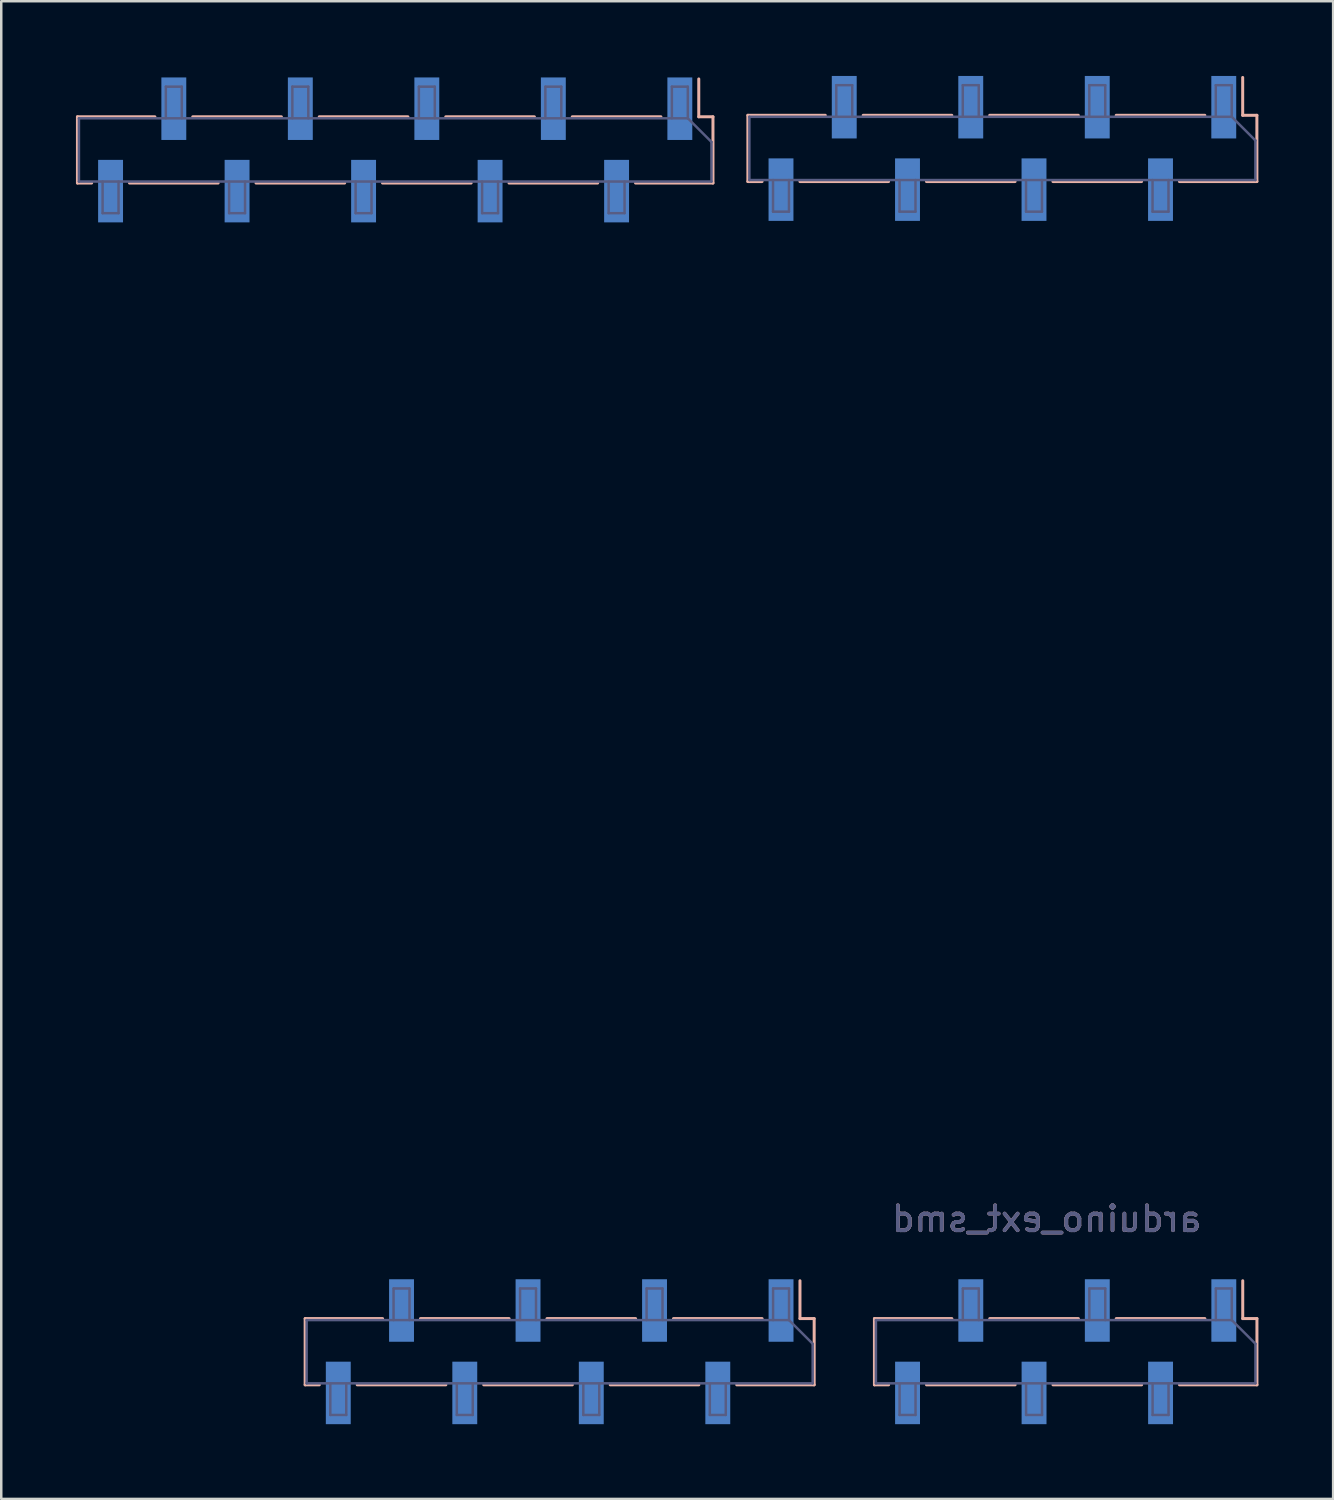
<source format=kicad_pcb>
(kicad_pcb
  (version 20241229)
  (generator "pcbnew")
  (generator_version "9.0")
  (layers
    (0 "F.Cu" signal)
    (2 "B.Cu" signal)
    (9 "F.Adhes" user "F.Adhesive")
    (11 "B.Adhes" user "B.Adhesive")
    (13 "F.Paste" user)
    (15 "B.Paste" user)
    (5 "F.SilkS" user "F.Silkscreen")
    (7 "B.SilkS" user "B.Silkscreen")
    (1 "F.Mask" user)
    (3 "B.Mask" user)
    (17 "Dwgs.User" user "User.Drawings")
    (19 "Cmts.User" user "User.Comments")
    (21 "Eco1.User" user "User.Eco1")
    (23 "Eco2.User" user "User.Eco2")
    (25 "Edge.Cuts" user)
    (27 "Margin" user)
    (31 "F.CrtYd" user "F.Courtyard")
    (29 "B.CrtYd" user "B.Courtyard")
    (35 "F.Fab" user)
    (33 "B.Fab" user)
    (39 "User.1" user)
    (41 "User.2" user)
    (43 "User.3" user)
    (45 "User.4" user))
  (footprint "arduino_ext_smd"
    (layer "F.Cu")
    (at 46.094 51.23)
    (property "Reference" "arduino_ext_smd" (at -7.112 -5.334 0) (layer "B.SilkS") (effects (font (size 1 1) (thickness 0.15)) (justify mirror)))
    (attr through_hole)
    (fp_line (start -46.034 -46.93) (end -46.034 -49.59) (stroke (width 0.12) (type solid)) (layer "B.SilkS"))
    (fp_line (start -45.464 -46.93) (end -46.034 -46.93) (stroke (width 0.12) (type solid)) (layer "B.SilkS"))
    (fp_line (start -42.924 -49.59) (end -46.034 -49.59) (stroke (width 0.12) (type solid)) (layer "B.SilkS"))
    (fp_line (start -40.384 -46.93) (end -43.944 -46.93) (stroke (width 0.12) (type solid)) (layer "B.SilkS"))
    (fp_line (start -37.844 -49.59) (end -41.404 -49.59) (stroke (width 0.12) (type solid)) (layer "B.SilkS"))
    (fp_line (start -36.89 1.33) (end -36.89 -1.33) (stroke (width 0.12) (type solid)) (layer "B.SilkS"))
    (fp_line (start -36.32 1.33) (end -36.89 1.33) (stroke (width 0.12) (type solid)) (layer "B.SilkS"))
    (fp_line (start -35.304 -46.93) (end -38.864 -46.93) (stroke (width 0.12) (type solid)) (layer "B.SilkS"))
    (fp_line (start -33.78 -1.33) (end -36.89 -1.33) (stroke (width 0.12) (type solid)) (layer "B.SilkS"))
    (fp_line (start -32.764 -49.59) (end -36.324 -49.59) (stroke (width 0.12) (type solid)) (layer "B.SilkS"))
    (fp_line (start -31.24 1.33) (end -34.8 1.33) (stroke (width 0.12) (type solid)) (layer "B.SilkS"))
    (fp_line (start -30.224 -46.93) (end -33.784 -46.93) (stroke (width 0.12) (type solid)) (layer "B.SilkS"))
    (fp_line (start -28.7 -1.33) (end -32.26 -1.33) (stroke (width 0.12) (type solid)) (layer "B.SilkS"))
    (fp_line (start -27.684 -49.59) (end -31.244 -49.59) (stroke (width 0.12) (type solid)) (layer "B.SilkS"))
    (fp_line (start -26.16 1.33) (end -29.72 1.33) (stroke (width 0.12) (type solid)) (layer "B.SilkS"))
    (fp_line (start -25.144 -46.93) (end -28.704 -46.93) (stroke (width 0.12) (type solid)) (layer "B.SilkS"))
    (fp_line (start -23.62 -1.33) (end -27.18 -1.33) (stroke (width 0.12) (type solid)) (layer "B.SilkS"))
    (fp_line (start -22.604 -49.59) (end -26.164 -49.59) (stroke (width 0.12) (type solid)) (layer "B.SilkS"))
    (fp_line (start -21.084 -49.59) (end -21.084 -51.11) (stroke (width 0.12) (type solid)) (layer "B.SilkS"))
    (fp_line (start -21.08 1.33) (end -24.64 1.33) (stroke (width 0.12) (type solid)) (layer "B.SilkS"))
    (fp_line (start -20.514 -49.59) (end -21.084 -49.59) (stroke (width 0.12) (type solid)) (layer "B.SilkS"))
    (fp_line (start -20.514 -46.93) (end -23.624 -46.93) (stroke (width 0.12) (type solid)) (layer "B.SilkS"))
    (fp_line (start -20.514 -46.93) (end -20.514 -49.59) (stroke (width 0.12) (type solid)) (layer "B.SilkS"))
    (fp_line (start -19.112 -46.99) (end -19.112 -49.65) (stroke (width 0.12) (type solid)) (layer "B.SilkS"))
    (fp_line (start -18.542 -46.99) (end -19.112 -46.99) (stroke (width 0.12) (type solid)) (layer "B.SilkS"))
    (fp_line (start -18.54 -1.33) (end -22.1 -1.33) (stroke (width 0.12) (type solid)) (layer "B.SilkS"))
    (fp_line (start -17.02 -1.33) (end -17.02 -2.85) (stroke (width 0.12) (type solid)) (layer "B.SilkS"))
    (fp_line (start -16.45 -1.33) (end -17.02 -1.33) (stroke (width 0.12) (type solid)) (layer "B.SilkS"))
    (fp_line (start -16.45 1.33) (end -19.56 1.33) (stroke (width 0.12) (type solid)) (layer "B.SilkS"))
    (fp_line (start -16.45 1.33) (end -16.45 -1.33) (stroke (width 0.12) (type solid)) (layer "B.SilkS"))
    (fp_line (start -16.002 -49.65) (end -19.112 -49.65) (stroke (width 0.12) (type solid)) (layer "B.SilkS"))
    (fp_line (start -14.03 1.33) (end -14.03 -1.33) (stroke (width 0.12) (type solid)) (layer "B.SilkS"))
    (fp_line (start -13.462 -46.99) (end -17.022 -46.99) (stroke (width 0.12) (type solid)) (layer "B.SilkS"))
    (fp_line (start -13.46 1.33) (end -14.03 1.33) (stroke (width 0.12) (type solid)) (layer "B.SilkS"))
    (fp_line (start -10.922 -49.65) (end -14.482 -49.65) (stroke (width 0.12) (type solid)) (layer "B.SilkS"))
    (fp_line (start -10.92 -1.33) (end -14.03 -1.33) (stroke (width 0.12) (type solid)) (layer "B.SilkS"))
    (fp_line (start -8.382 -46.99) (end -11.942 -46.99) (stroke (width 0.12) (type solid)) (layer "B.SilkS"))
    (fp_line (start -8.38 1.33) (end -11.94 1.33) (stroke (width 0.12) (type solid)) (layer "B.SilkS"))
    (fp_line (start -5.842 -49.65) (end -9.402 -49.65) (stroke (width 0.12) (type solid)) (layer "B.SilkS"))
    (fp_line (start -5.84 -1.33) (end -9.4 -1.33) (stroke (width 0.12) (type solid)) (layer "B.SilkS"))
    (fp_line (start -3.302 -46.99) (end -6.862 -46.99) (stroke (width 0.12) (type solid)) (layer "B.SilkS"))
    (fp_line (start -3.3 1.33) (end -6.86 1.33) (stroke (width 0.12) (type solid)) (layer "B.SilkS"))
    (fp_line (start -0.762 -49.65) (end -4.322 -49.65) (stroke (width 0.12) (type solid)) (layer "B.SilkS"))
    (fp_line (start -0.76 -1.33) (end -4.32 -1.33) (stroke (width 0.12) (type solid)) (layer "B.SilkS"))
    (fp_line (start 0.758 -49.65) (end 0.758 -51.17) (stroke (width 0.12) (type solid)) (layer "B.SilkS"))
    (fp_line (start 0.76 -1.33) (end 0.76 -2.85) (stroke (width 0.12) (type solid)) (layer "B.SilkS"))
    (fp_line (start 1.328 -49.65) (end 0.758 -49.65) (stroke (width 0.12) (type solid)) (layer "B.SilkS"))
    (fp_line (start 1.328 -46.99) (end -1.782 -46.99) (stroke (width 0.12) (type solid)) (layer "B.SilkS"))
    (fp_line (start 1.328 -46.99) (end 1.328 -49.65) (stroke (width 0.12) (type solid)) (layer "B.SilkS"))
    (fp_line (start 1.33 -1.33) (end 0.76 -1.33) (stroke (width 0.12) (type solid)) (layer "B.SilkS"))
    (fp_line (start 1.33 1.33) (end -1.78 1.33) (stroke (width 0.12) (type solid)) (layer "B.SilkS"))
    (fp_line (start 1.33 1.33) (end 1.33 -1.33) (stroke (width 0.12) (type solid)) (layer "B.SilkS"))
    (fp_line (start -45.974 -49.53) (end -45.974 -46.99) (stroke (width 0.1) (type solid)) (layer "B.Fab"))
    (fp_line (start -45.974 -49.53) (end -21.524 -49.53) (stroke (width 0.1) (type solid)) (layer "B.Fab"))
    (fp_line (start -45.024 -45.72) (end -45.024 -46.99) (stroke (width 0.1) (type solid)) (layer "B.Fab"))
    (fp_line (start -44.384 -46.99) (end -44.384 -45.72) (stroke (width 0.1) (type solid)) (layer "B.Fab"))
    (fp_line (start -44.384 -45.72) (end -45.024 -45.72) (stroke (width 0.1) (type solid)) (layer "B.Fab"))
    (fp_line (start -42.484 -50.8) (end -42.484 -49.53) (stroke (width 0.1) (type solid)) (layer "B.Fab"))
    (fp_line (start -41.844 -50.8) (end -42.484 -50.8) (stroke (width 0.1) (type solid)) (layer "B.Fab"))
    (fp_line (start -41.844 -49.53) (end -41.844 -50.8) (stroke (width 0.1) (type solid)) (layer "B.Fab"))
    (fp_line (start -39.944 -45.72) (end -39.944 -46.99) (stroke (width 0.1) (type solid)) (layer "B.Fab"))
    (fp_line (start -39.304 -46.99) (end -39.304 -45.72) (stroke (width 0.1) (type solid)) (layer "B.Fab"))
    (fp_line (start -39.304 -45.72) (end -39.944 -45.72) (stroke (width 0.1) (type solid)) (layer "B.Fab"))
    (fp_line (start -37.404 -50.8) (end -37.404 -49.53) (stroke (width 0.1) (type solid)) (layer "B.Fab"))
    (fp_line (start -36.83 -1.27) (end -36.83 1.27) (stroke (width 0.1) (type solid)) (layer "B.Fab"))
    (fp_line (start -36.83 -1.27) (end -17.46 -1.27) (stroke (width 0.1) (type solid)) (layer "B.Fab"))
    (fp_line (start -36.764 -50.8) (end -37.404 -50.8) (stroke (width 0.1) (type solid)) (layer "B.Fab"))
    (fp_line (start -36.764 -49.53) (end -36.764 -50.8) (stroke (width 0.1) (type solid)) (layer "B.Fab"))
    (fp_line (start -35.88 2.54) (end -35.88 1.27) (stroke (width 0.1) (type solid)) (layer "B.Fab"))
    (fp_line (start -35.24 1.27) (end -35.24 2.54) (stroke (width 0.1) (type solid)) (layer "B.Fab"))
    (fp_line (start -35.24 2.54) (end -35.88 2.54) (stroke (width 0.1) (type solid)) (layer "B.Fab"))
    (fp_line (start -34.864 -45.72) (end -34.864 -46.99) (stroke (width 0.1) (type solid)) (layer "B.Fab"))
    (fp_line (start -34.224 -46.99) (end -34.224 -45.72) (stroke (width 0.1) (type solid)) (layer "B.Fab"))
    (fp_line (start -34.224 -45.72) (end -34.864 -45.72) (stroke (width 0.1) (type solid)) (layer "B.Fab"))
    (fp_line (start -33.34 -2.54) (end -33.34 -1.27) (stroke (width 0.1) (type solid)) (layer "B.Fab"))
    (fp_line (start -32.7 -2.54) (end -33.34 -2.54) (stroke (width 0.1) (type solid)) (layer "B.Fab"))
    (fp_line (start -32.7 -1.27) (end -32.7 -2.54) (stroke (width 0.1) (type solid)) (layer "B.Fab"))
    (fp_line (start -32.324 -50.8) (end -32.324 -49.53) (stroke (width 0.1) (type solid)) (layer "B.Fab"))
    (fp_line (start -31.684 -50.8) (end -32.324 -50.8) (stroke (width 0.1) (type solid)) (layer "B.Fab"))
    (fp_line (start -31.684 -49.53) (end -31.684 -50.8) (stroke (width 0.1) (type solid)) (layer "B.Fab"))
    (fp_line (start -30.8 2.54) (end -30.8 1.27) (stroke (width 0.1) (type solid)) (layer "B.Fab"))
    (fp_line (start -30.16 1.27) (end -30.16 2.54) (stroke (width 0.1) (type solid)) (layer "B.Fab"))
    (fp_line (start -30.16 2.54) (end -30.8 2.54) (stroke (width 0.1) (type solid)) (layer "B.Fab"))
    (fp_line (start -29.784 -45.72) (end -29.784 -46.99) (stroke (width 0.1) (type solid)) (layer "B.Fab"))
    (fp_line (start -29.144 -46.99) (end -29.144 -45.72) (stroke (width 0.1) (type solid)) (layer "B.Fab"))
    (fp_line (start -29.144 -45.72) (end -29.784 -45.72) (stroke (width 0.1) (type solid)) (layer "B.Fab"))
    (fp_line (start -28.26 -2.54) (end -28.26 -1.27) (stroke (width 0.1) (type solid)) (layer "B.Fab"))
    (fp_line (start -27.62 -2.54) (end -28.26 -2.54) (stroke (width 0.1) (type solid)) (layer "B.Fab"))
    (fp_line (start -27.62 -1.27) (end -27.62 -2.54) (stroke (width 0.1) (type solid)) (layer "B.Fab"))
    (fp_line (start -27.244 -50.8) (end -27.244 -49.53) (stroke (width 0.1) (type solid)) (layer "B.Fab"))
    (fp_line (start -26.604 -50.8) (end -27.244 -50.8) (stroke (width 0.1) (type solid)) (layer "B.Fab"))
    (fp_line (start -26.604 -49.53) (end -26.604 -50.8) (stroke (width 0.1) (type solid)) (layer "B.Fab"))
    (fp_line (start -25.72 2.54) (end -25.72 1.27) (stroke (width 0.1) (type solid)) (layer "B.Fab"))
    (fp_line (start -25.08 1.27) (end -25.08 2.54) (stroke (width 0.1) (type solid)) (layer "B.Fab"))
    (fp_line (start -25.08 2.54) (end -25.72 2.54) (stroke (width 0.1) (type solid)) (layer "B.Fab"))
    (fp_line (start -24.704 -45.72) (end -24.704 -46.99) (stroke (width 0.1) (type solid)) (layer "B.Fab"))
    (fp_line (start -24.064 -46.99) (end -24.064 -45.72) (stroke (width 0.1) (type solid)) (layer "B.Fab"))
    (fp_line (start -24.064 -45.72) (end -24.704 -45.72) (stroke (width 0.1) (type solid)) (layer "B.Fab"))
    (fp_line (start -23.18 -2.54) (end -23.18 -1.27) (stroke (width 0.1) (type solid)) (layer "B.Fab"))
    (fp_line (start -22.54 -2.54) (end -23.18 -2.54) (stroke (width 0.1) (type solid)) (layer "B.Fab"))
    (fp_line (start -22.54 -1.27) (end -22.54 -2.54) (stroke (width 0.1) (type solid)) (layer "B.Fab"))
    (fp_line (start -22.164 -50.8) (end -22.164 -49.53) (stroke (width 0.1) (type solid)) (layer "B.Fab"))
    (fp_line (start -21.524 -50.8) (end -22.164 -50.8) (stroke (width 0.1) (type solid)) (layer "B.Fab"))
    (fp_line (start -21.524 -49.53) (end -21.524 -50.8) (stroke (width 0.1) (type solid)) (layer "B.Fab"))
    (fp_line (start -21.524 -49.53) (end -20.574 -48.58) (stroke (width 0.1) (type solid)) (layer "B.Fab"))
    (fp_line (start -20.64 2.54) (end -20.64 1.27) (stroke (width 0.1) (type solid)) (layer "B.Fab"))
    (fp_line (start -20.574 -46.99) (end -45.974 -46.99) (stroke (width 0.1) (type solid)) (layer "B.Fab"))
    (fp_line (start -20.574 -46.99) (end -20.574 -48.58) (stroke (width 0.1) (type solid)) (layer "B.Fab"))
    (fp_line (start -20 1.27) (end -20 2.54) (stroke (width 0.1) (type solid)) (layer "B.Fab"))
    (fp_line (start -20 2.54) (end -20.64 2.54) (stroke (width 0.1) (type solid)) (layer "B.Fab"))
    (fp_line (start -19.052 -49.59) (end -19.052 -47.05) (stroke (width 0.1) (type solid)) (layer "B.Fab"))
    (fp_line (start -19.052 -49.59) (end 0.318 -49.59) (stroke (width 0.1) (type solid)) (layer "B.Fab"))
    (fp_line (start -18.102 -45.78) (end -18.102 -47.05) (stroke (width 0.1) (type solid)) (layer "B.Fab"))
    (fp_line (start -18.1 -2.54) (end -18.1 -1.27) (stroke (width 0.1) (type solid)) (layer "B.Fab"))
    (fp_line (start -17.462 -47.05) (end -17.462 -45.78) (stroke (width 0.1) (type solid)) (layer "B.Fab"))
    (fp_line (start -17.462 -45.78) (end -18.102 -45.78) (stroke (width 0.1) (type solid)) (layer "B.Fab"))
    (fp_line (start -17.46 -2.54) (end -18.1 -2.54) (stroke (width 0.1) (type solid)) (layer "B.Fab"))
    (fp_line (start -17.46 -1.27) (end -17.46 -2.54) (stroke (width 0.1) (type solid)) (layer "B.Fab"))
    (fp_line (start -17.46 -1.27) (end -16.51 -0.32) (stroke (width 0.1) (type solid)) (layer "B.Fab"))
    (fp_line (start -16.51 1.27) (end -36.83 1.27) (stroke (width 0.1) (type solid)) (layer "B.Fab"))
    (fp_line (start -16.51 1.27) (end -16.51 -0.32) (stroke (width 0.1) (type solid)) (layer "B.Fab"))
    (fp_line (start -15.562 -50.86) (end -15.562 -49.59) (stroke (width 0.1) (type solid)) (layer "B.Fab"))
    (fp_line (start -14.922 -50.86) (end -15.562 -50.86) (stroke (width 0.1) (type solid)) (layer "B.Fab"))
    (fp_line (start -14.922 -49.59) (end -14.922 -50.86) (stroke (width 0.1) (type solid)) (layer "B.Fab"))
    (fp_line (start -13.97 -1.27) (end -13.97 1.27) (stroke (width 0.1) (type solid)) (layer "B.Fab"))
    (fp_line (start -13.97 -1.27) (end 0.32 -1.27) (stroke (width 0.1) (type solid)) (layer "B.Fab"))
    (fp_line (start -13.022 -45.78) (end -13.022 -47.05) (stroke (width 0.1) (type solid)) (layer "B.Fab"))
    (fp_line (start -13.02 2.54) (end -13.02 1.27) (stroke (width 0.1) (type solid)) (layer "B.Fab"))
    (fp_line (start -12.382 -47.05) (end -12.382 -45.78) (stroke (width 0.1) (type solid)) (layer "B.Fab"))
    (fp_line (start -12.382 -45.78) (end -13.022 -45.78) (stroke (width 0.1) (type solid)) (layer "B.Fab"))
    (fp_line (start -12.38 1.27) (end -12.38 2.54) (stroke (width 0.1) (type solid)) (layer "B.Fab"))
    (fp_line (start -12.38 2.54) (end -13.02 2.54) (stroke (width 0.1) (type solid)) (layer "B.Fab"))
    (fp_line (start -10.482 -50.86) (end -10.482 -49.59) (stroke (width 0.1) (type solid)) (layer "B.Fab"))
    (fp_line (start -10.48 -2.54) (end -10.48 -1.27) (stroke (width 0.1) (type solid)) (layer "B.Fab"))
    (fp_line (start -9.842 -50.86) (end -10.482 -50.86) (stroke (width 0.1) (type solid)) (layer "B.Fab"))
    (fp_line (start -9.842 -49.59) (end -9.842 -50.86) (stroke (width 0.1) (type solid)) (layer "B.Fab"))
    (fp_line (start -9.84 -2.54) (end -10.48 -2.54) (stroke (width 0.1) (type solid)) (layer "B.Fab"))
    (fp_line (start -9.84 -1.27) (end -9.84 -2.54) (stroke (width 0.1) (type solid)) (layer "B.Fab"))
    (fp_line (start -7.942 -45.78) (end -7.942 -47.05) (stroke (width 0.1) (type solid)) (layer "B.Fab"))
    (fp_line (start -7.94 2.54) (end -7.94 1.27) (stroke (width 0.1) (type solid)) (layer "B.Fab"))
    (fp_line (start -7.302 -47.05) (end -7.302 -45.78) (stroke (width 0.1) (type solid)) (layer "B.Fab"))
    (fp_line (start -7.302 -45.78) (end -7.942 -45.78) (stroke (width 0.1) (type solid)) (layer "B.Fab"))
    (fp_line (start -7.3 1.27) (end -7.3 2.54) (stroke (width 0.1) (type solid)) (layer "B.Fab"))
    (fp_line (start -7.3 2.54) (end -7.94 2.54) (stroke (width 0.1) (type solid)) (layer "B.Fab"))
    (fp_line (start -5.402 -50.86) (end -5.402 -49.59) (stroke (width 0.1) (type solid)) (layer "B.Fab"))
    (fp_line (start -5.4 -2.54) (end -5.4 -1.27) (stroke (width 0.1) (type solid)) (layer "B.Fab"))
    (fp_line (start -4.762 -50.86) (end -5.402 -50.86) (stroke (width 0.1) (type solid)) (layer "B.Fab"))
    (fp_line (start -4.762 -49.59) (end -4.762 -50.86) (stroke (width 0.1) (type solid)) (layer "B.Fab"))
    (fp_line (start -4.76 -2.54) (end -5.4 -2.54) (stroke (width 0.1) (type solid)) (layer "B.Fab"))
    (fp_line (start -4.76 -1.27) (end -4.76 -2.54) (stroke (width 0.1) (type solid)) (layer "B.Fab"))
    (fp_line (start -2.862 -45.78) (end -2.862 -47.05) (stroke (width 0.1) (type solid)) (layer "B.Fab"))
    (fp_line (start -2.86 2.54) (end -2.86 1.27) (stroke (width 0.1) (type solid)) (layer "B.Fab"))
    (fp_line (start -2.222 -47.05) (end -2.222 -45.78) (stroke (width 0.1) (type solid)) (layer "B.Fab"))
    (fp_line (start -2.222 -45.78) (end -2.862 -45.78) (stroke (width 0.1) (type solid)) (layer "B.Fab"))
    (fp_line (start -2.22 1.27) (end -2.22 2.54) (stroke (width 0.1) (type solid)) (layer "B.Fab"))
    (fp_line (start -2.22 2.54) (end -2.86 2.54) (stroke (width 0.1) (type solid)) (layer "B.Fab"))
    (fp_line (start -0.322 -50.86) (end -0.322 -49.59) (stroke (width 0.1) (type solid)) (layer "B.Fab"))
    (fp_line (start -0.32 -2.54) (end -0.32 -1.27) (stroke (width 0.1) (type solid)) (layer "B.Fab"))
    (fp_line (start 0.318 -50.86) (end -0.322 -50.86) (stroke (width 0.1) (type solid)) (layer "B.Fab"))
    (fp_line (start 0.318 -49.59) (end 0.318 -50.86) (stroke (width 0.1) (type solid)) (layer "B.Fab"))
    (fp_line (start 0.318 -49.59) (end 1.268 -48.64) (stroke (width 0.1) (type solid)) (layer "B.Fab"))
    (fp_line (start 0.32 -2.54) (end -0.32 -2.54) (stroke (width 0.1) (type solid)) (layer "B.Fab"))
    (fp_line (start 0.32 -1.27) (end 0.32 -2.54) (stroke (width 0.1) (type solid)) (layer "B.Fab"))
    (fp_line (start 0.32 -1.27) (end 1.27 -0.32) (stroke (width 0.1) (type solid)) (layer "B.Fab"))
    (fp_line (start 1.268 -47.05) (end -19.052 -47.05) (stroke (width 0.1) (type solid)) (layer "B.Fab"))
    (fp_line (start 1.268 -47.05) (end 1.268 -48.64) (stroke (width 0.1) (type solid)) (layer "B.Fab"))
    (fp_line (start 1.27 1.27) (end -13.97 1.27) (stroke (width 0.1) (type solid)) (layer "B.Fab"))
    (fp_line (start 1.27 1.27) (end 1.27 -0.32) (stroke (width 0.1) (type solid)) (layer "B.Fab"))
    (fp_text user "${REFERENCE}" (at -7.112 -5.334 0) (layer "B.Fab") (effects (font (size 1 1) (thickness 0.15)) (justify mirror)))
    (pad "1" smd rect (at -35.56 1.655 270) (size 2.51 1) (layers "B.Cu" "B.Mask" "B.Paste"))
    (pad "2" smd rect (at -33.02 -1.655 270) (size 2.51 1) (layers "B.Cu" "B.Mask" "B.Paste"))
    (pad "3" smd rect (at -30.48 1.655 270) (size 2.51 1) (layers "B.Cu" "B.Mask" "B.Paste"))
    (pad "4" smd rect (at -27.94 -1.655 270) (size 2.51 1) (layers "B.Cu" "B.Mask" "B.Paste"))
    (pad "5" smd rect (at -25.4 1.655 270) (size 2.51 1) (layers "B.Cu" "B.Mask" "B.Paste"))
    (pad "6" smd rect (at -22.86 -1.655 270) (size 2.51 1) (layers "B.Cu" "B.Mask" "B.Paste"))
    (pad "7" smd rect (at -20.32 1.655 270) (size 2.51 1) (layers "B.Cu" "B.Mask" "B.Paste"))
    (pad "8" smd rect (at -17.78 -1.655 270) (size 2.51 1) (layers "B.Cu" "B.Mask" "B.Paste"))
    (pad "9" smd rect (at -12.7 1.655 270) (size 2.51 1) (layers "B.Cu" "B.Mask" "B.Paste"))
    (pad "10" smd rect (at -10.16 -1.655 270) (size 2.51 1) (layers "B.Cu" "B.Mask" "B.Paste"))
    (pad "11" smd rect (at -7.62 1.655 270) (size 2.51 1) (layers "B.Cu" "B.Mask" "B.Paste"))
    (pad "12" smd rect (at -5.08 -1.655 270) (size 2.51 1) (layers "B.Cu" "B.Mask" "B.Paste"))
    (pad "13" smd rect (at -2.54 1.655 270) (size 2.51 1) (layers "B.Cu" "B.Mask" "B.Paste"))
    (pad "14" smd rect (at 0 -1.655 270) (size 2.51 1) (layers "B.Cu" "B.Mask" "B.Paste"))
    (pad "15" smd rect (at -44.704 -46.605 270) (size 2.51 1) (layers "B.Cu" "B.Mask" "B.Paste"))
    (pad "16" smd rect (at -42.164 -49.915 270) (size 2.51 1) (layers "B.Cu" "B.Mask" "B.Paste"))
    (pad "17" smd rect (at -39.624 -46.605 270) (size 2.51 1) (layers "B.Cu" "B.Mask" "B.Paste"))
    (pad "18" smd rect (at -37.084 -49.915 270) (size 2.51 1) (layers "B.Cu" "B.Mask" "B.Paste"))
    (pad "19" smd rect (at -34.544 -46.605 270) (size 2.51 1) (layers "B.Cu" "B.Mask" "B.Paste"))
    (pad "20" smd rect (at -32.004 -49.915 270) (size 2.51 1) (layers "B.Cu" "B.Mask" "B.Paste"))
    (pad "21" smd rect (at -29.464 -46.605 270) (size 2.51 1) (layers "B.Cu" "B.Mask" "B.Paste"))
    (pad "22" smd rect (at -26.924 -49.915 270) (size 2.51 1) (layers "B.Cu" "B.Mask" "B.Paste"))
    (pad "23" smd rect (at -24.384 -46.605 270) (size 2.51 1) (layers "B.Cu" "B.Mask" "B.Paste"))
    (pad "24" smd rect (at -21.844 -49.915 270) (size 2.51 1) (layers "B.Cu" "B.Mask" "B.Paste"))
    (pad "25" smd rect (at -17.782 -46.665 270) (size 2.51 1) (layers "B.Cu" "B.Mask" "B.Paste"))
    (pad "26" smd rect (at -15.242 -49.975 270) (size 2.51 1) (layers "B.Cu" "B.Mask" "B.Paste"))
    (pad "27" smd rect (at -12.702 -46.665 270) (size 2.51 1) (layers "B.Cu" "B.Mask" "B.Paste"))
    (pad "28" smd rect (at -10.162 -49.975 270) (size 2.51 1) (layers "B.Cu" "B.Mask" "B.Paste"))
    (pad "29" smd rect (at -7.622 -46.665 270) (size 2.51 1) (layers "B.Cu" "B.Mask" "B.Paste"))
    (pad "30" smd rect (at -5.082 -49.975 270) (size 2.51 1) (layers "B.Cu" "B.Mask" "B.Paste"))
    (pad "31" smd rect (at -2.542 -46.665 270) (size 2.51 1) (layers "B.Cu" "B.Mask" "B.Paste"))
    (pad "32" smd rect (at -0.002 -49.975 270) (size 2.51 1) (layers "B.Cu" "B.Mask" "B.Paste")))
  (gr_rect
    (start -3 -3)
    (end 50.484 57.14)
    (stroke (width 0.1) (type default))
    (fill no)
    (layer "Edge.Cuts")))
</source>
